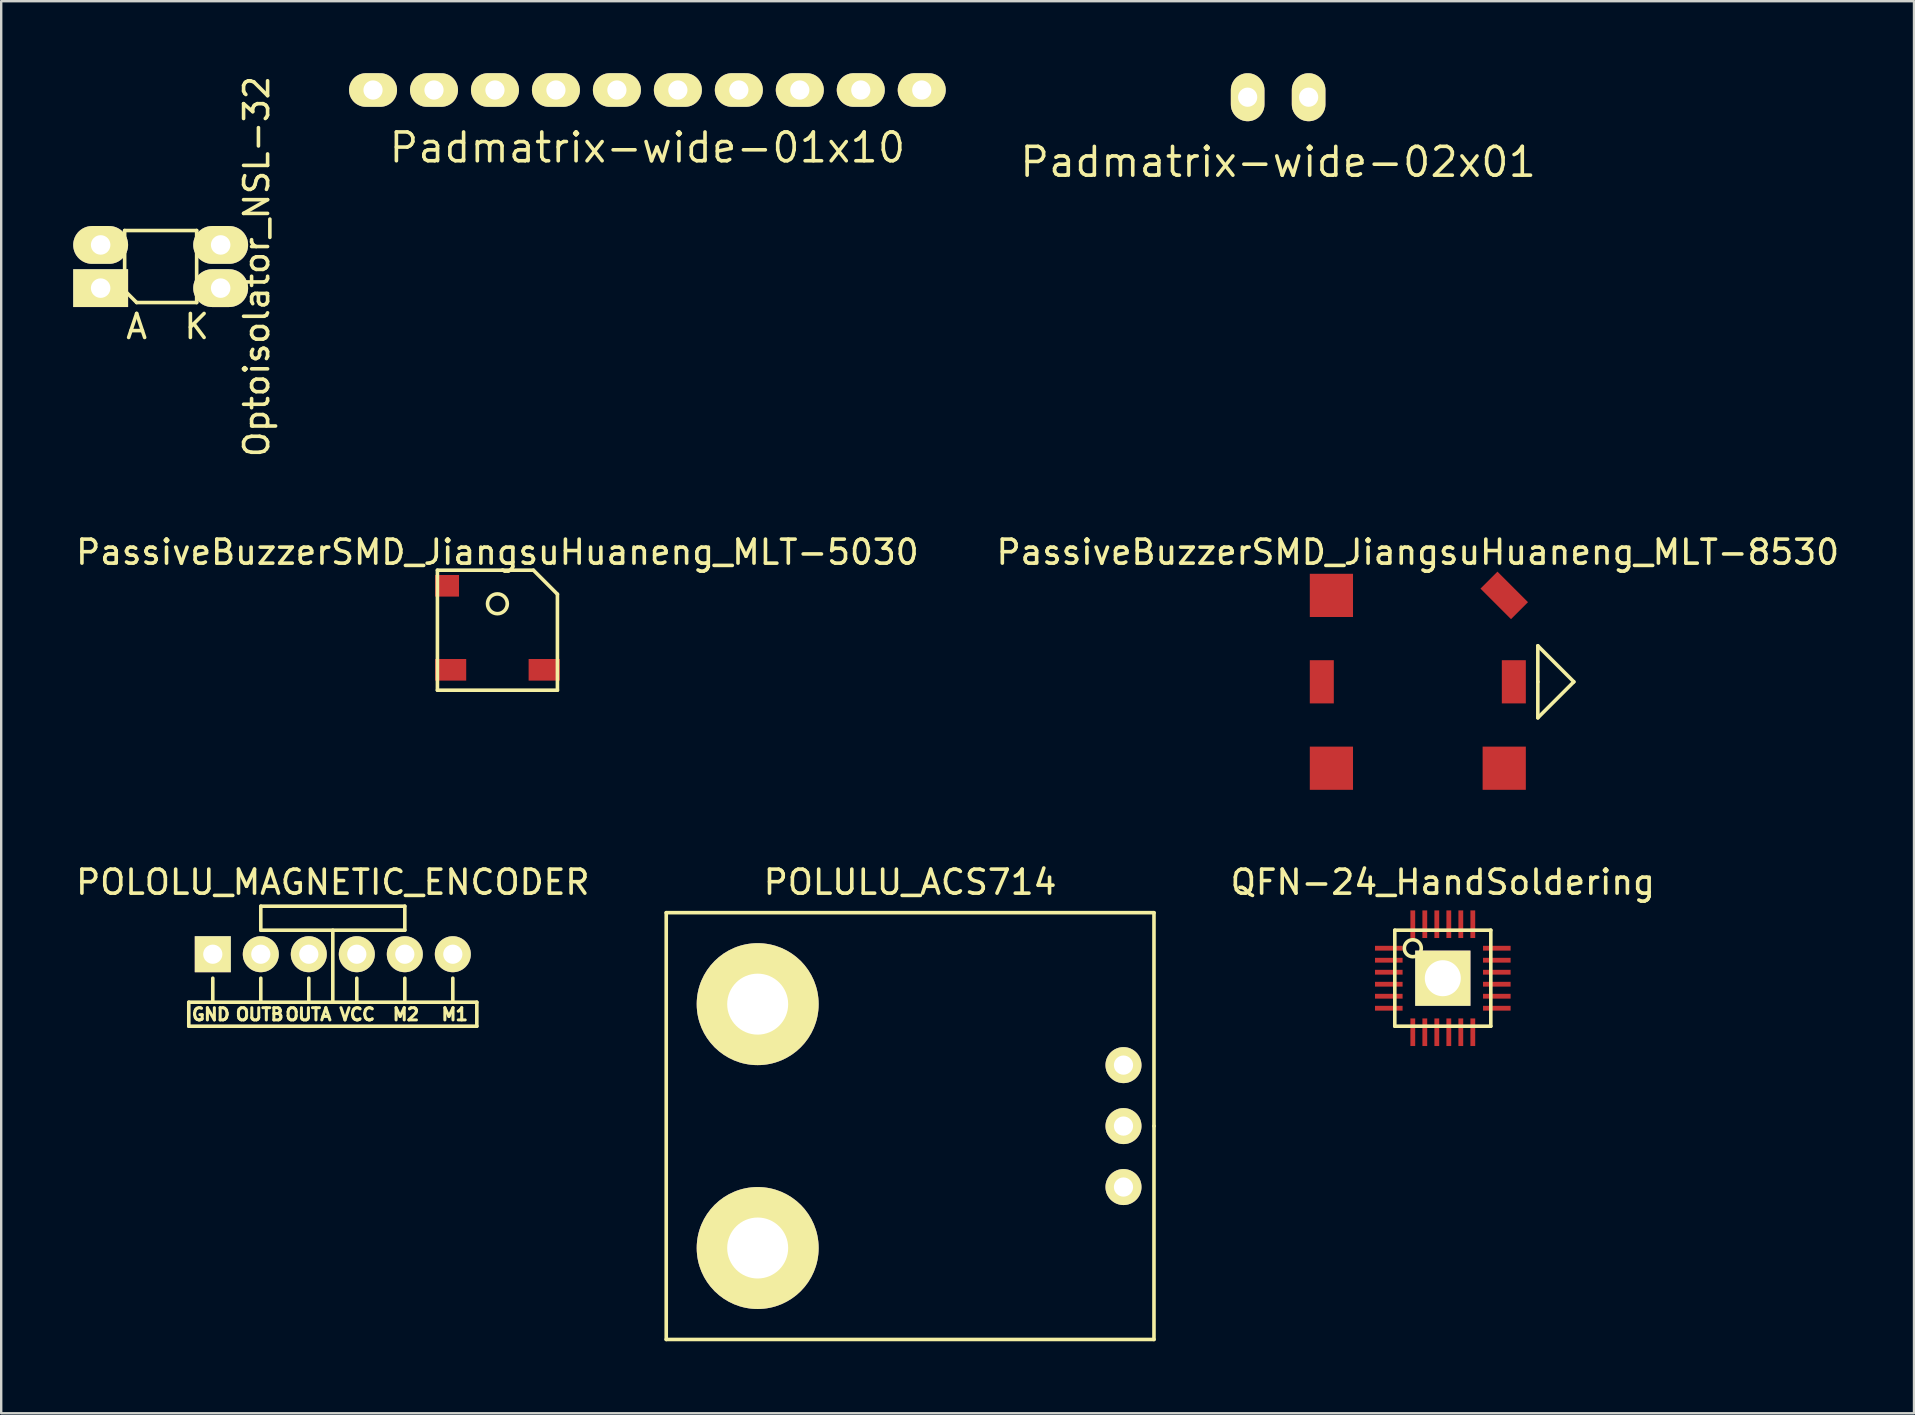
<source format=kicad_pcb>
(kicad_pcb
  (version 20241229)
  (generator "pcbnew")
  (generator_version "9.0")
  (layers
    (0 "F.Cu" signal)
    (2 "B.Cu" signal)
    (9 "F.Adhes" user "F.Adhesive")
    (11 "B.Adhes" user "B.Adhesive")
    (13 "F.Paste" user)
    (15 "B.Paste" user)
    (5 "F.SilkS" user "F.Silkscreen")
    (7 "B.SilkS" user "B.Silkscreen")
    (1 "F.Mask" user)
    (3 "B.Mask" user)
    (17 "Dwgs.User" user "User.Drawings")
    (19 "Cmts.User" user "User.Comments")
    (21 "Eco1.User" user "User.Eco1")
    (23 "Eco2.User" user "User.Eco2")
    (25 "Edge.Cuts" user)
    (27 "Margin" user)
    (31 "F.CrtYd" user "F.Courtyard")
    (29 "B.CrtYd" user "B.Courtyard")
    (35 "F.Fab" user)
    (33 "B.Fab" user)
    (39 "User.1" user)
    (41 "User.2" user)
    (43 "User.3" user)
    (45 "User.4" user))
  (footprint "Optoisolator_NSL-32"
    (layer "F.Cu")
    (at 3.643 8.054)
    (property "Reference" "Optoisolator_NSL-32" (at 4 0 90) (layer "F.SilkS") (effects (font (size 1 1) (thickness 0.15))))
    (attr through_hole)
    (fp_line (start -1.5 -1.5) (end -1.5 1) (stroke (width 0.15) (type solid)) (layer "F.SilkS"))
    (fp_line (start -1.5 1) (end -1 1.5) (stroke (width 0.15) (type solid)) (layer "F.SilkS"))
    (fp_line (start -1 1.5) (end 1.5 1.5) (stroke (width 0.15) (type solid)) (layer "F.SilkS"))
    (fp_line (start 1.5 -1.5) (end -1.5 -1.5) (stroke (width 0.15) (type solid)) (layer "F.SilkS"))
    (fp_line (start 1.5 1.5) (end 1.5 -1.5) (stroke (width 0.15) (type solid)) (layer "F.SilkS"))
    (fp_text user "K" (at 1.5 2.5 0) (layer "F.SilkS") (effects (font (size 1 1) (thickness 0.15))))
    (fp_text user "A" (at -1 2.5 0) (layer "F.SilkS") (effects (font (size 1 1) (thickness 0.15))))
    (pad "1" thru_hole rect (at -2.5 0.9) (size 2.286 1.575) (drill 0.813) (layers "*.Cu" "*.Mask" "F.SilkS"))
    (pad "2" thru_hole oval (at 2.5 0.9) (size 2.286 1.575) (drill 0.813) (layers "*.Cu" "*.Mask" "F.SilkS"))
    (pad "3" thru_hole oval (at 2.5 -0.9) (size 2.286 1.575) (drill 0.813) (layers "*.Cu" "*.Mask" "F.SilkS"))
    (pad "4" thru_hole oval (at -2.5 -0.9) (size 2.286 1.575) (drill 0.813) (layers "*.Cu" "*.Mask" "F.SilkS")))
  (footprint "PassiveBuzzerSMD_JiangsuHuaneng_MLT-5030"
    (layer "F.Cu")
    (at 17.673 23.205)
    (property "Reference" "PassiveBuzzerSMD_JiangsuHuaneng_MLT-5030" (at 0 -3.25 0) (layer "F.SilkS") (effects (font (size 1 1) (thickness 0.15))))
    (attr through_hole)
    (fp_line (start -2.5 -2.5) (end -2.5 2.5) (stroke (width 0.15) (type solid)) (layer "F.SilkS"))
    (fp_line (start -2.5 2.5) (end 2.5 2.5) (stroke (width 0.15) (type solid)) (layer "F.SilkS"))
    (fp_line (start 1.5 -2.5) (end -2.5 -2.5) (stroke (width 0.15) (type solid)) (layer "F.SilkS"))
    (fp_line (start 2.5 -1.5) (end 1.5 -2.5) (stroke (width 0.15) (type solid)) (layer "F.SilkS"))
    (fp_line (start 2.5 2.5) (end 2.5 -1.5) (stroke (width 0.15) (type solid)) (layer "F.SilkS"))
    (fp_circle (center 0 -1.1) (end 0.4 -1) (stroke (width 0.15) (type solid)) (fill no) (layer "F.SilkS"))
    (pad "" smd rect (at -2.1 -1.85) (size 1 0.9) (layers "F.Cu" "F.Mask" "F.Paste"))
    (pad "1" smd rect (at -1.95 1.65) (size 1.3 0.9) (layers "F.Cu" "F.Mask" "F.Paste"))
    (pad "2" smd rect (at 1.95 1.65) (size 1.3 0.9) (layers "F.Cu" "F.Mask" "F.Paste")))
  (footprint "PassiveBuzzerSMD_JiangsuHuaneng_MLT-8530"
    (layer "F.Cu")
    (at 56.018 25.355)
    (property "Reference" "PassiveBuzzerSMD_JiangsuHuaneng_MLT-8530" (at 0 -5.4 0) (layer "F.SilkS") (effects (font (size 1 1) (thickness 0.15))))
    (attr through_hole)
    (fp_line (start 5 -1.5) (end 6.5 0) (stroke (width 0.15) (type solid)) (layer "F.SilkS"))
    (fp_line (start 5 0) (end 5 -1.5) (stroke (width 0.15) (type solid)) (layer "F.SilkS"))
    (fp_line (start 5 1.5) (end 5 0) (stroke (width 0.15) (type solid)) (layer "F.SilkS"))
    (fp_line (start 6.5 0) (end 5 1.5) (stroke (width 0.15) (type solid)) (layer "F.SilkS"))
    (pad "" smd rect (at -4 0) (size 1 1.8) (layers "F.Cu" "F.Mask" "F.Paste"))
    (pad "" smd rect (at 3.6 -3.6 45) (size 1 1.8) (layers "F.Cu" "F.Mask" "F.Paste"))
    (pad "" smd rect (at 3.6 3.6) (size 1.8 1.8) (layers "F.Cu" "F.Mask" "F.Paste"))
    (pad "" smd rect (at 4 0) (size 1 1.8) (layers "F.Cu" "F.Mask" "F.Paste"))
    (pad "1" smd rect (at -3.6 -3.6) (size 1.8 1.8) (layers "F.Cu" "F.Mask" "F.Paste"))
    (pad "2" smd rect (at -3.6 3.6) (size 1.8 1.8) (layers "F.Cu" "F.Mask" "F.Paste")))
  (footprint "Padmatrix-wide-01x10"
    (layer "F.Cu")
    (at 23.921 0.7)
    (property "Reference" "Padmatrix-wide-01x10" (at 0 2.4 0) (layer "F.SilkS") (effects (font (size 1.2 1.2) (thickness 0.15))))
    (attr through_hole)
    (pad "1" thru_hole oval (at -11.43 0) (size 2 1.4) (drill 0.8) (layers "*.Cu" "*.Mask" "F.SilkS"))
    (pad "2" thru_hole oval (at -8.89 0) (size 2 1.4) (drill 0.8) (layers "*.Cu" "*.Mask" "F.SilkS"))
    (pad "3" thru_hole oval (at -6.35 0) (size 2 1.4) (drill 0.8) (layers "*.Cu" "*.Mask" "F.SilkS"))
    (pad "4" thru_hole oval (at -3.81 0) (size 2 1.4) (drill 0.8) (layers "*.Cu" "*.Mask" "F.SilkS"))
    (pad "5" thru_hole oval (at -1.27 0) (size 2 1.4) (drill 0.8) (layers "*.Cu" "*.Mask" "F.SilkS"))
    (pad "6" thru_hole oval (at 1.27 0) (size 2 1.4) (drill 0.8) (layers "*.Cu" "*.Mask" "F.SilkS"))
    (pad "7" thru_hole oval (at 3.81 0) (size 2 1.4) (drill 0.8) (layers "*.Cu" "*.Mask" "F.SilkS"))
    (pad "8" thru_hole oval (at 6.35 0) (size 2 1.4) (drill 0.8) (layers "*.Cu" "*.Mask" "F.SilkS"))
    (pad "9" thru_hole oval (at 8.89 0) (size 2 1.4) (drill 0.8) (layers "*.Cu" "*.Mask" "F.SilkS"))
    (pad "10" thru_hole oval (at 11.43 0) (size 2 1.4) (drill 0.8) (layers "*.Cu" "*.Mask" "F.SilkS")))
  (footprint "Padmatrix-wide-02x01"
    (layer "F.Cu")
    (at 50.199 1)
    (property "Reference" "Padmatrix-wide-02x01" (at 0 2.7 0) (layer "F.SilkS") (effects (font (size 1.2 1.2) (thickness 0.15))))
    (attr through_hole)
    (pad "1" thru_hole oval (at -1.27 0) (size 1.4 2) (drill 0.8) (layers "*.Cu" "*.Mask" "F.SilkS"))
    (pad "2" thru_hole oval (at 1.27 0) (size 1.4 2) (drill 0.8) (layers "*.Cu" "*.Mask" "F.SilkS")))
  (footprint "POLULU_ACS714"
    (layer "F.Cu")
    (at 34.866 43.864)
    (property "Reference" "POLULU_ACS714" (at 0 -10.16 0) (layer "F.SilkS") (effects (font (size 1 1) (thickness 0.15))))
    (attr through_hole)
    (fp_line (start -10.16 -8.89) (end -10.16 8.89) (stroke (width 0.15) (type solid)) (layer "F.SilkS"))
    (fp_line (start -10.16 8.89) (end 10.16 8.89) (stroke (width 0.15) (type solid)) (layer "F.SilkS"))
    (fp_line (start 10.16 -8.89) (end -10.16 -8.89) (stroke (width 0.15) (type solid)) (layer "F.SilkS"))
    (fp_line (start 10.16 0) (end 10.16 -8.89) (stroke (width 0.15) (type solid)) (layer "F.SilkS"))
    (fp_line (start 10.16 8.89) (end 10.16 0) (stroke (width 0.15) (type solid)) (layer "F.SilkS"))
    (pad "GND" thru_hole circle (at 8.89 2.54) (size 1.5 1.5) (drill 0.8) (layers "*.Cu" "*.Mask" "F.SilkS"))
    (pad "IP+" thru_hole circle (at -6.35 -5.08) (size 5.08 5.08) (drill 2.54) (layers "*.Cu" "*.Mask" "F.SilkS"))
    (pad "IP-" thru_hole circle (at -6.35 5.08) (size 5.08 5.08) (drill 2.54) (layers "*.Cu" "*.Mask" "F.SilkS"))
    (pad "OUT" thru_hole circle (at 8.89 -2.54) (size 1.5 1.5) (drill 0.8) (layers "*.Cu" "*.Mask" "F.SilkS"))
    (pad "VCC" thru_hole circle (at 8.89 0) (size 1.5 1.5) (drill 0.8) (layers "*.Cu" "*.Mask" "F.SilkS")))
  (footprint "QFN-24_HandSoldering"
    (layer "F.Cu")
    (at 57.059 37.704)
    (property "Reference" "QFN-24_HandSoldering" (at 0 -4 0) (layer "F.SilkS") (effects (font (size 1 1) (thickness 0.15))))
    (attr through_hole)
    (fp_line (start -2 -2) (end -2 2) (stroke (width 0.15) (type solid)) (layer "F.SilkS"))
    (fp_line (start -2 2) (end 2 2) (stroke (width 0.15) (type solid)) (layer "F.SilkS"))
    (fp_line (start 2 -2) (end -2 -2) (stroke (width 0.15) (type solid)) (layer "F.SilkS"))
    (fp_line (start 2 2) (end 2 -2) (stroke (width 0.15) (type solid)) (layer "F.SilkS"))
    (fp_circle (center -1.25 -1.25) (end -1 -1) (stroke (width 0.15) (type solid)) (fill no) (layer "F.SilkS"))
    (pad "1" smd rect (at -2.25 -1.25) (size 1.15 0.2) (layers "F.Cu" "F.Mask" "F.Paste"))
    (pad "2" smd rect (at -2.25 -0.75) (size 1.15 0.2) (layers "F.Cu" "F.Mask" "F.Paste"))
    (pad "3" smd rect (at -2.25 -0.25) (size 1.15 0.2) (layers "F.Cu" "F.Mask" "F.Paste"))
    (pad "4" smd rect (at -2.25 0.25) (size 1.15 0.2) (layers "F.Cu" "F.Mask" "F.Paste"))
    (pad "5" smd rect (at -2.25 0.75) (size 1.15 0.2) (layers "F.Cu" "F.Mask" "F.Paste"))
    (pad "6" smd rect (at -2.25 1.25) (size 1.15 0.2) (layers "F.Cu" "F.Mask" "F.Paste"))
    (pad "7" smd rect (at -1.25 2.25) (size 0.2 1.15) (layers "F.Cu" "F.Mask" "F.Paste"))
    (pad "8" smd rect (at -0.75 2.25) (size 0.2 1.15) (layers "F.Cu" "F.Mask" "F.Paste"))
    (pad "9" smd rect (at -0.25 2.25) (size 0.2 1.15) (layers "F.Cu" "F.Mask" "F.Paste"))
    (pad "10" smd rect (at 0.25 2.25) (size 0.2 1.15) (layers "F.Cu" "F.Mask" "F.Paste"))
    (pad "11" smd rect (at 0.75 2.25) (size 0.2 1.15) (layers "F.Cu" "F.Mask" "F.Paste"))
    (pad "12" smd rect (at 1.25 2.25) (size 0.2 1.15) (layers "F.Cu" "F.Mask" "F.Paste"))
    (pad "13" smd rect (at 2.25 1.25) (size 1.15 0.2) (layers "F.Cu" "F.Mask" "F.Paste"))
    (pad "14" smd rect (at 2.25 0.75) (size 1.15 0.2) (layers "F.Cu" "F.Mask" "F.Paste"))
    (pad "15" smd rect (at 2.25 0.25) (size 1.15 0.2) (layers "F.Cu" "F.Mask" "F.Paste"))
    (pad "16" smd rect (at 2.25 -0.25) (size 1.15 0.2) (layers "F.Cu" "F.Mask" "F.Paste"))
    (pad "17" smd rect (at 2.25 -0.75) (size 1.15 0.2) (layers "F.Cu" "F.Mask" "F.Paste"))
    (pad "18" smd rect (at 2.25 -1.25) (size 1.15 0.2) (layers "F.Cu" "F.Mask" "F.Paste"))
    (pad "19" smd rect (at 1.25 -2.25) (size 0.2 1.15) (layers "F.Cu" "F.Mask" "F.Paste"))
    (pad "20" smd rect (at 0.75 -2.25) (size 0.2 1.15) (layers "F.Cu" "F.Mask" "F.Paste"))
    (pad "21" smd rect (at 0.25 -2.25) (size 0.2 1.15) (layers "F.Cu" "F.Mask" "F.Paste"))
    (pad "22" smd rect (at -0.25 -2.25) (size 0.2 1.15) (layers "F.Cu" "F.Mask" "F.Paste"))
    (pad "23" smd rect (at -0.75 -2.25) (size 0.2 1.15) (layers "F.Cu" "F.Mask" "F.Paste"))
    (pad "24" smd rect (at -1.25 -2.25) (size 0.2 1.15) (layers "F.Cu" "F.Mask" "F.Paste"))
    (pad "25" thru_hole rect (at 0 0) (size 2.3 2.3) (drill 1.5) (layers "*.Cu" "*.Mask" "F.SilkS")))
  (footprint "POLOLU_MAGNETIC_ENCODER"
    (layer "F.Cu")
    (at 10.815 38.704)
    (property "Reference" "POLOLU_MAGNETIC_ENCODER" (at 0 -5 0) (layer "F.SilkS") (effects (font (size 1 1) (thickness 0.15))))
    (attr through_hole)
    (fp_line (start -6 0) (end -6 1) (stroke (width 0.15) (type solid)) (layer "F.SilkS"))
    (fp_line (start -6 0) (end 6 0) (stroke (width 0.15) (type solid)) (layer "F.SilkS"))
    (fp_line (start -6 1) (end 6 1) (stroke (width 0.15) (type solid)) (layer "F.SilkS"))
    (fp_line (start -5 -1) (end -5 0) (stroke (width 0.15) (type solid)) (layer "F.SilkS"))
    (fp_line (start -3 -4) (end -3 -3) (stroke (width 0.15) (type solid)) (layer "F.SilkS"))
    (fp_line (start -3 -3) (end 3 -3) (stroke (width 0.15) (type solid)) (layer "F.SilkS"))
    (fp_line (start -3 -1) (end -3 0) (stroke (width 0.15) (type solid)) (layer "F.SilkS"))
    (fp_line (start -1 -1) (end -1 0) (stroke (width 0.15) (type solid)) (layer "F.SilkS"))
    (fp_line (start 0 0) (end 0 -3) (stroke (width 0.15) (type solid)) (layer "F.SilkS"))
    (fp_line (start 1 -1) (end 1 0) (stroke (width 0.15) (type solid)) (layer "F.SilkS"))
    (fp_line (start 3 -4) (end -3 -4) (stroke (width 0.15) (type solid)) (layer "F.SilkS"))
    (fp_line (start 3 -3) (end 3 -4) (stroke (width 0.15) (type solid)) (layer "F.SilkS"))
    (fp_line (start 3 -1) (end 3 0) (stroke (width 0.15) (type solid)) (layer "F.SilkS"))
    (fp_line (start 5 -1) (end 5 0) (stroke (width 0.15) (type solid)) (layer "F.SilkS"))
    (fp_line (start 6 1) (end 6 0) (stroke (width 0.15) (type solid)) (layer "F.SilkS"))
    (fp_text user "M1" (at 5.08 0.508 0) (layer "F.SilkS") (effects (font (size 0.508 0.508) (thickness 0.127))))
    (fp_text user "OUTA" (at -1.016 0.508 0) (layer "F.SilkS") (effects (font (size 0.508 0.508) (thickness 0.127))))
    (fp_text user "OUTB" (at -3.048 0.508 0) (layer "F.SilkS") (effects (font (size 0.508 0.508) (thickness 0.127))))
    (fp_text user "VCC" (at 1.016 0.508 0) (layer "F.SilkS") (effects (font (size 0.508 0.508) (thickness 0.127))))
    (fp_text user "M2" (at 3.048 0.508 0) (layer "F.SilkS") (effects (font (size 0.508 0.508) (thickness 0.127))))
    (fp_text user "GND" (at -5.08 0.508 0) (layer "F.SilkS") (effects (font (size 0.508 0.508) (thickness 0.127))))
    (pad "1" thru_hole rect (at -5 -2) (size 1.5 1.5) (drill 0.8) (layers "*.Cu" "*.Mask" "F.SilkS"))
    (pad "2" thru_hole circle (at -3 -2) (size 1.5 1.5) (drill 0.8) (layers "*.Cu" "*.Mask" "F.SilkS"))
    (pad "3" thru_hole circle (at -1 -2) (size 1.5 1.5) (drill 0.8) (layers "*.Cu" "*.Mask" "F.SilkS"))
    (pad "4" thru_hole circle (at 1 -2) (size 1.5 1.5) (drill 0.8) (layers "*.Cu" "*.Mask" "F.SilkS"))
    (pad "5" thru_hole circle (at 3 -2) (size 1.5 1.5) (drill 0.8) (layers "*.Cu" "*.Mask" "F.SilkS"))
    (pad "6" thru_hole circle (at 5 -2) (size 1.5 1.5) (drill 0.8) (layers "*.Cu" "*.Mask" "F.SilkS")))
  (gr_rect
    (start -3 -3)
    (end 76.69 55.829)
    (stroke (width 0.1) (type default))
    (fill no)
    (layer "Edge.Cuts")))
</source>
